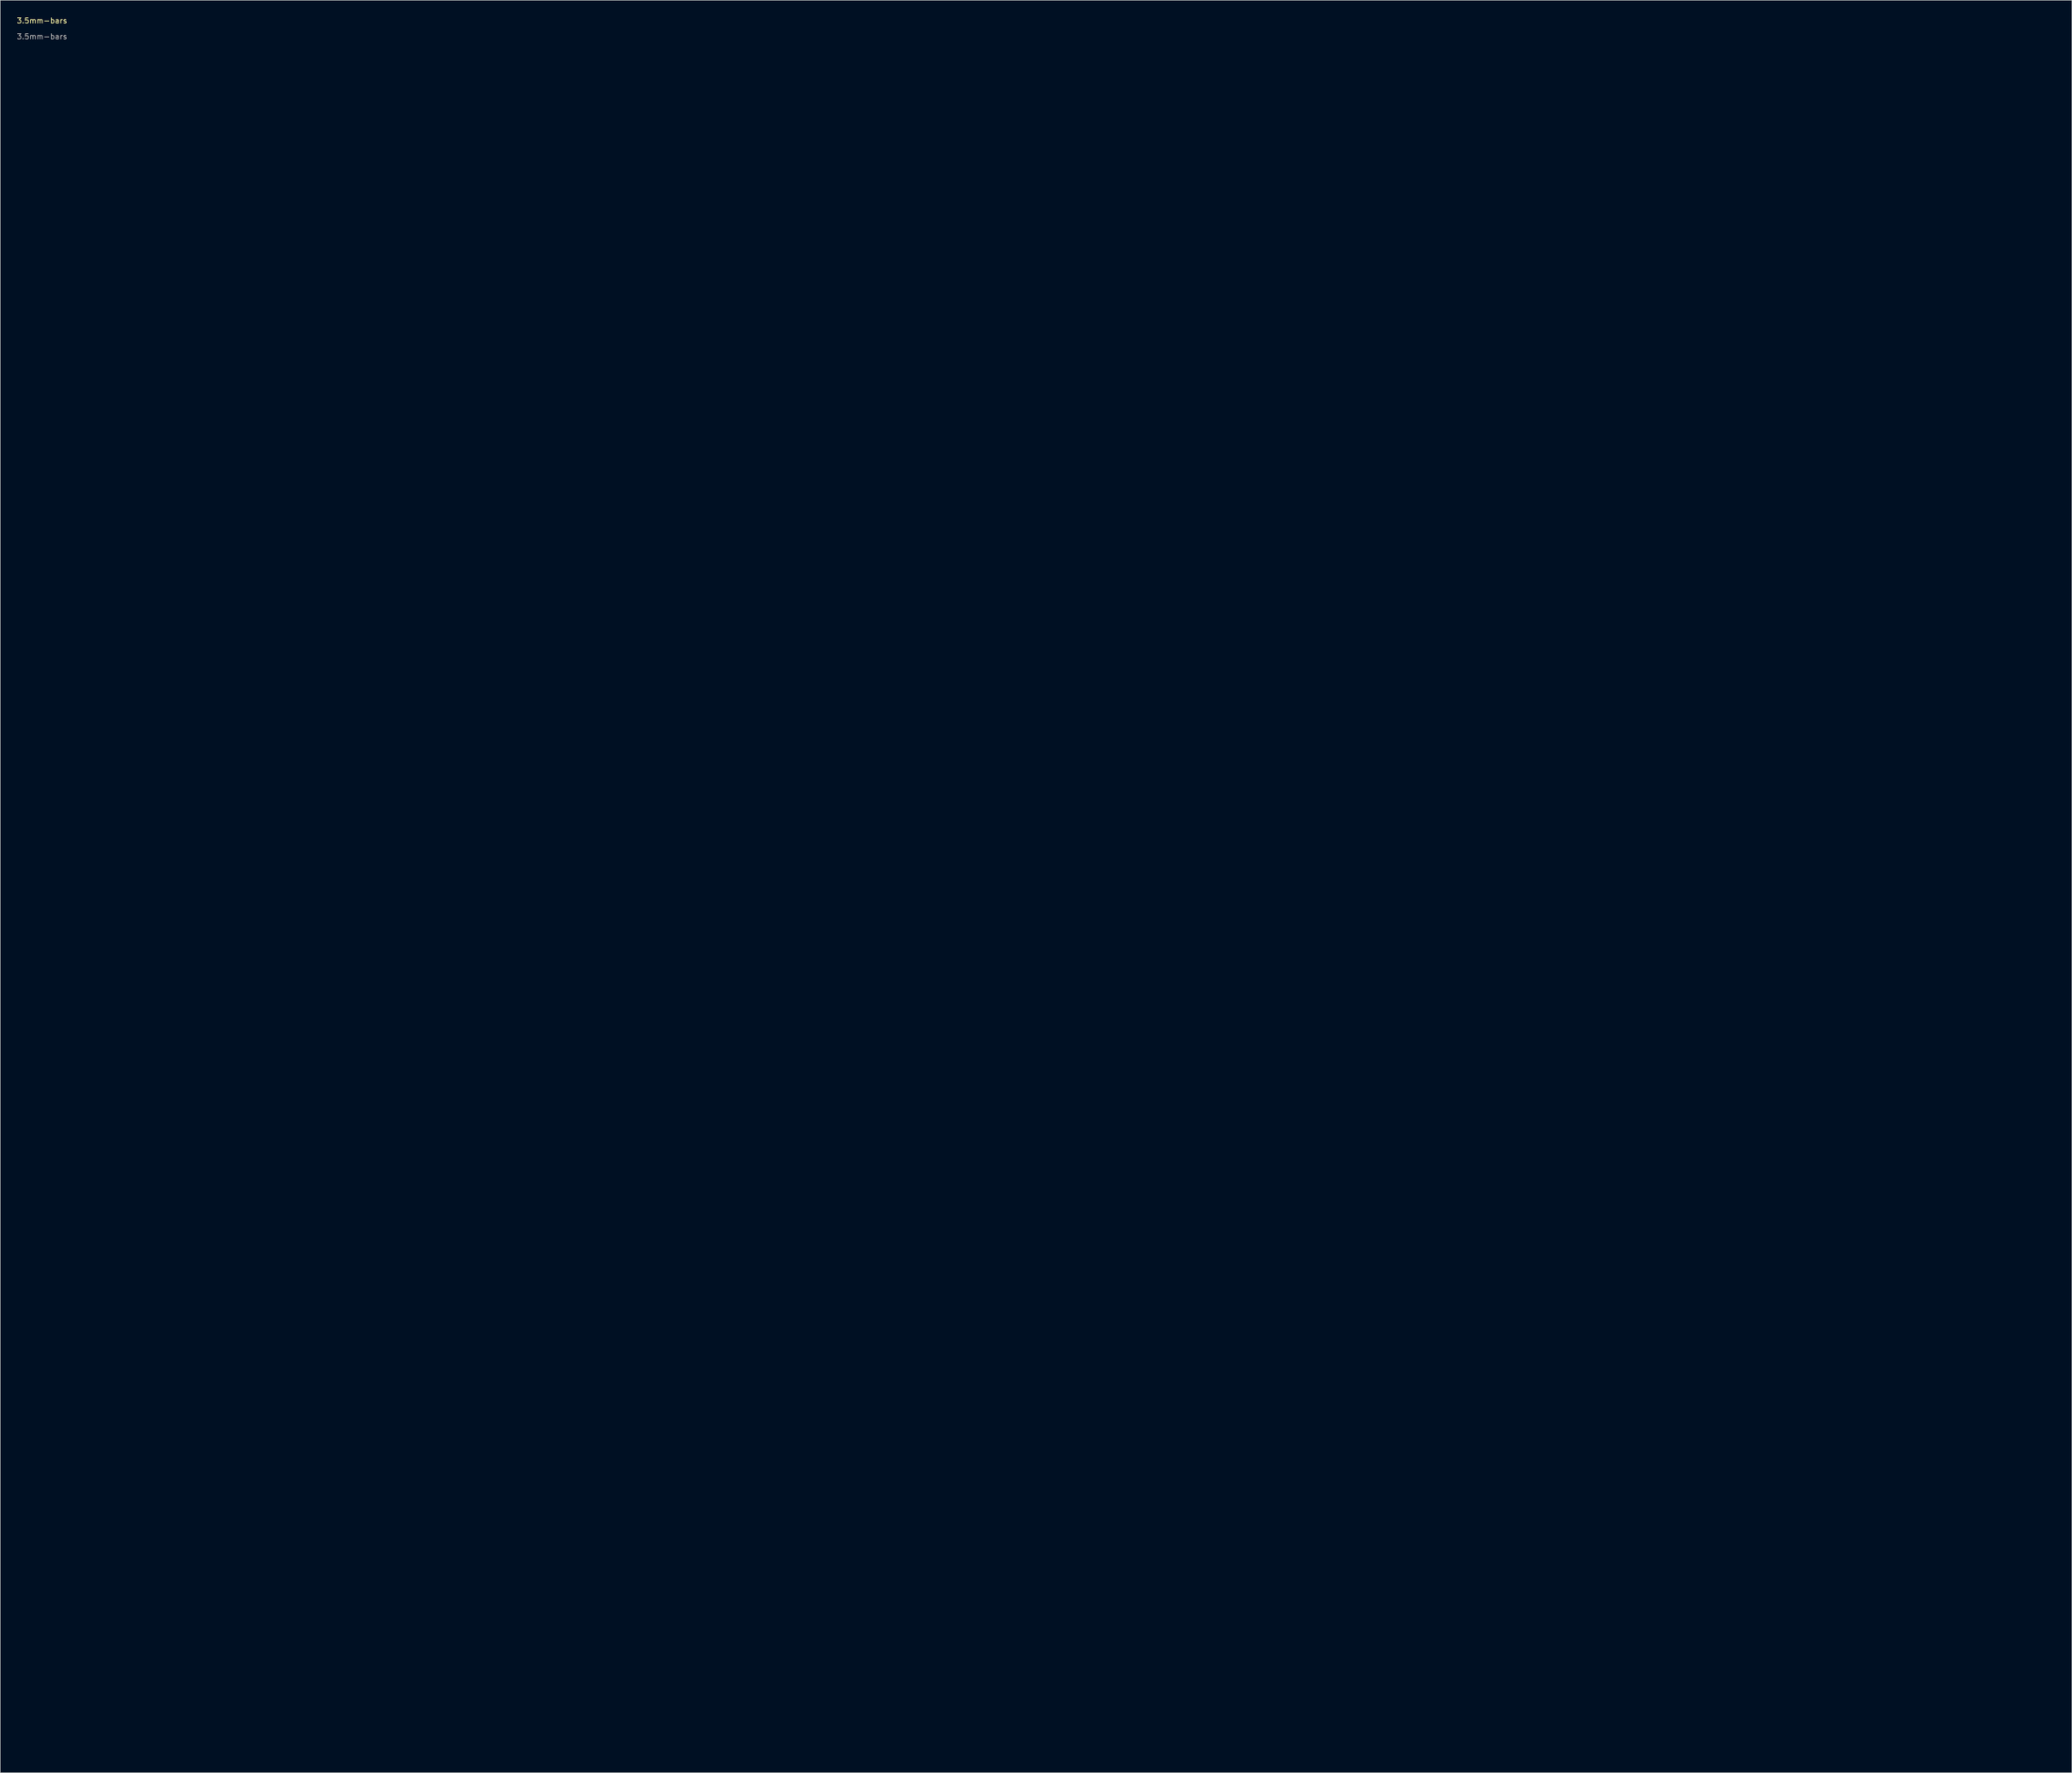
<source format=kicad_pcb>
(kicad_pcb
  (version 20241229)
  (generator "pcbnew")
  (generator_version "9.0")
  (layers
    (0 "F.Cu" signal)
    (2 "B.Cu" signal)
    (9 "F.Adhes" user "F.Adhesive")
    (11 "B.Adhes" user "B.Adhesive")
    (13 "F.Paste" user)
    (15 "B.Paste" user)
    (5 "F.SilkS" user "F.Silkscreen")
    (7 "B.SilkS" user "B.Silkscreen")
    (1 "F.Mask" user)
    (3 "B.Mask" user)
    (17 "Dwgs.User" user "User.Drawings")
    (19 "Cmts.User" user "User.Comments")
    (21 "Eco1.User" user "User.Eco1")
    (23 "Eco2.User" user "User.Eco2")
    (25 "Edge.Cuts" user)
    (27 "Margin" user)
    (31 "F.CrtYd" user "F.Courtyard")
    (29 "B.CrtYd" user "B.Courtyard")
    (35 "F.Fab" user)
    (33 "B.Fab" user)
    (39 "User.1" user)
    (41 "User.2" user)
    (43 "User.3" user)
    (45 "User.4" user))
  (footprint "3.5mm-bars"
    (layer "F.Cu")
    (at 4.887 8.848)
    (property "Reference" "3.5mm-bars" (at 0 -8 0) (unlocked yes) (layer "F.SilkS") (effects (font (size 1 1) (thickness 0.15))))
    (fp_text user "${REFERENCE}" (at 0 -5 0) (unlocked yes) (layer "F.Fab") (effects (font (size 1 1) (thickness 0.15))))
    (zone (net_name "") (layers "F.Cu" "B.Cu") (hatch edge 0.508) (connect_pads) (min_thickness 0.254) (filled_areas_thickness no) (keepout (tracks allowed) (vias allowed) (pads allowed) (copperpour not_allowed) (footprints allowed)) (placement (enabled no)) (fill) (polygon (pts (xy 5.387 328.848) (xy 4.887 328.848) (xy 4.887 8.848) (xy 5.387 8.848))))
    (zone (net_name "") (layers "F.Cu" "B.Cu") (hatch edge 0.508) (connect_pads) (min_thickness 0.254) (filled_areas_thickness no) (keepout (tracks allowed) (vias allowed) (pads allowed) (copperpour not_allowed) (footprints allowed)) (placement (enabled no)) (fill) (polygon (pts (xy 9.387 328.848) (xy 8.887 328.848) (xy 8.887 8.848) (xy 9.387 8.848))))
    (zone (net_name "") (layers "F.Cu" "B.Cu") (hatch edge 0.508) (connect_pads) (min_thickness 0.254) (filled_areas_thickness no) (keepout (tracks allowed) (vias allowed) (pads allowed) (copperpour not_allowed) (footprints allowed)) (placement (enabled no)) (fill) (polygon (pts (xy 13.387 328.848) (xy 12.887 328.848) (xy 12.887 8.848) (xy 13.387 8.848))))
    (zone (net_name "") (layers "F.Cu" "B.Cu") (hatch edge 0.508) (connect_pads) (min_thickness 0.254) (filled_areas_thickness no) (keepout (tracks allowed) (vias allowed) (pads allowed) (copperpour not_allowed) (footprints allowed)) (placement (enabled no)) (fill) (polygon (pts (xy 17.387 328.848) (xy 16.887 328.848) (xy 16.887 8.848) (xy 17.387 8.848))))
    (zone (net_name "") (layers "F.Cu" "B.Cu") (hatch edge 0.508) (connect_pads) (min_thickness 0.254) (filled_areas_thickness no) (keepout (tracks allowed) (vias allowed) (pads allowed) (copperpour not_allowed) (footprints allowed)) (placement (enabled no)) (fill) (polygon (pts (xy 21.387 328.848) (xy 20.887 328.848) (xy 20.887 8.848) (xy 21.387 8.848))))
    (zone (net_name "") (layers "F.Cu" "B.Cu") (hatch edge 0.508) (connect_pads) (min_thickness 0.254) (filled_areas_thickness no) (keepout (tracks allowed) (vias allowed) (pads allowed) (copperpour not_allowed) (footprints allowed)) (placement (enabled no)) (fill) (polygon (pts (xy 25.387 328.848) (xy 24.887 328.848) (xy 24.887 8.848) (xy 25.387 8.848))))
    (zone (net_name "") (layers "F.Cu" "B.Cu") (hatch edge 0.508) (connect_pads) (min_thickness 0.254) (filled_areas_thickness no) (keepout (tracks allowed) (vias allowed) (pads allowed) (copperpour not_allowed) (footprints allowed)) (placement (enabled no)) (fill) (polygon (pts (xy 29.387 328.848) (xy 28.887 328.848) (xy 28.887 8.848) (xy 29.387 8.848))))
    (zone (net_name "") (layers "F.Cu" "B.Cu") (hatch edge 0.508) (connect_pads) (min_thickness 0.254) (filled_areas_thickness no) (keepout (tracks allowed) (vias allowed) (pads allowed) (copperpour not_allowed) (footprints allowed)) (placement (enabled no)) (fill) (polygon (pts (xy 33.387 328.848) (xy 32.887 328.848) (xy 32.887 8.848) (xy 33.387 8.848))))
    (zone (net_name "") (layers "F.Cu" "B.Cu") (hatch edge 0.508) (connect_pads) (min_thickness 0.254) (filled_areas_thickness no) (keepout (tracks allowed) (vias allowed) (pads allowed) (copperpour not_allowed) (footprints allowed)) (placement (enabled no)) (fill) (polygon (pts (xy 37.387 328.848) (xy 36.887 328.848) (xy 36.887 8.848) (xy 37.387 8.848))))
    (zone (net_name "") (layers "F.Cu" "B.Cu") (hatch edge 0.508) (connect_pads) (min_thickness 0.254) (filled_areas_thickness no) (keepout (tracks allowed) (vias allowed) (pads allowed) (copperpour not_allowed) (footprints allowed)) (placement (enabled no)) (fill) (polygon (pts (xy 41.387 328.848) (xy 40.887 328.848) (xy 40.887 8.848) (xy 41.387 8.848))))
    (zone (net_name "") (layers "F.Cu" "B.Cu") (hatch edge 0.508) (connect_pads) (min_thickness 0.254) (filled_areas_thickness no) (keepout (tracks allowed) (vias allowed) (pads allowed) (copperpour not_allowed) (footprints allowed)) (placement (enabled no)) (fill) (polygon (pts (xy 45.387 328.848) (xy 44.887 328.848) (xy 44.887 8.848) (xy 45.387 8.848))))
    (zone (net_name "") (layers "F.Cu" "B.Cu") (hatch edge 0.508) (connect_pads) (min_thickness 0.254) (filled_areas_thickness no) (keepout (tracks allowed) (vias allowed) (pads allowed) (copperpour not_allowed) (footprints allowed)) (placement (enabled no)) (fill) (polygon (pts (xy 49.387 328.848) (xy 48.887 328.848) (xy 48.887 8.848) (xy 49.387 8.848))))
    (zone (net_name "") (layers "F.Cu" "B.Cu") (hatch edge 0.508) (connect_pads) (min_thickness 0.254) (filled_areas_thickness no) (keepout (tracks allowed) (vias allowed) (pads allowed) (copperpour not_allowed) (footprints allowed)) (placement (enabled no)) (fill) (polygon (pts (xy 53.387 328.848) (xy 52.887 328.848) (xy 52.887 8.848) (xy 53.387 8.848))))
    (zone (net_name "") (layers "F.Cu" "B.Cu") (hatch edge 0.508) (connect_pads) (min_thickness 0.254) (filled_areas_thickness no) (keepout (tracks allowed) (vias allowed) (pads allowed) (copperpour not_allowed) (footprints allowed)) (placement (enabled no)) (fill) (polygon (pts (xy 57.387 328.848) (xy 56.887 328.848) (xy 56.887 8.848) (xy 57.387 8.848))))
    (zone (net_name "") (layers "F.Cu" "B.Cu") (hatch edge 0.508) (connect_pads) (min_thickness 0.254) (filled_areas_thickness no) (keepout (tracks allowed) (vias allowed) (pads allowed) (copperpour not_allowed) (footprints allowed)) (placement (enabled no)) (fill) (polygon (pts (xy 61.387 328.848) (xy 60.887 328.848) (xy 60.887 8.848) (xy 61.387 8.848))))
    (zone (net_name "") (layers "F.Cu" "B.Cu") (hatch edge 0.508) (connect_pads) (min_thickness 0.254) (filled_areas_thickness no) (keepout (tracks allowed) (vias allowed) (pads allowed) (copperpour not_allowed) (footprints allowed)) (placement (enabled no)) (fill) (polygon (pts (xy 65.387 328.848) (xy 64.887 328.848) (xy 64.887 8.848) (xy 65.387 8.848))))
    (zone (net_name "") (layers "F.Cu" "B.Cu") (hatch edge 0.508) (connect_pads) (min_thickness 0.254) (filled_areas_thickness no) (keepout (tracks allowed) (vias allowed) (pads allowed) (copperpour not_allowed) (footprints allowed)) (placement (enabled no)) (fill) (polygon (pts (xy 69.387 328.848) (xy 68.887 328.848) (xy 68.887 8.848) (xy 69.387 8.848))))
    (zone (net_name "") (layers "F.Cu" "B.Cu") (hatch edge 0.508) (connect_pads) (min_thickness 0.254) (filled_areas_thickness no) (keepout (tracks allowed) (vias allowed) (pads allowed) (copperpour not_allowed) (footprints allowed)) (placement (enabled no)) (fill) (polygon (pts (xy 73.387 328.848) (xy 72.887 328.848) (xy 72.887 8.848) (xy 73.387 8.848))))
    (zone (net_name "") (layers "F.Cu" "B.Cu") (hatch edge 0.508) (connect_pads) (min_thickness 0.254) (filled_areas_thickness no) (keepout (tracks allowed) (vias allowed) (pads allowed) (copperpour not_allowed) (footprints allowed)) (placement (enabled no)) (fill) (polygon (pts (xy 77.387 328.848) (xy 76.887 328.848) (xy 76.887 8.848) (xy 77.387 8.848))))
    (zone (net_name "") (layers "F.Cu" "B.Cu") (hatch edge 0.508) (connect_pads) (min_thickness 0.254) (filled_areas_thickness no) (keepout (tracks allowed) (vias allowed) (pads allowed) (copperpour not_allowed) (footprints allowed)) (placement (enabled no)) (fill) (polygon (pts (xy 81.387 328.848) (xy 80.887 328.848) (xy 80.887 8.848) (xy 81.387 8.848))))
    (zone (net_name "") (layers "F.Cu" "B.Cu") (hatch edge 0.508) (connect_pads) (min_thickness 0.254) (filled_areas_thickness no) (keepout (tracks allowed) (vias allowed) (pads allowed) (copperpour not_allowed) (footprints allowed)) (placement (enabled no)) (fill) (polygon (pts (xy 85.387 328.848) (xy 84.887 328.848) (xy 84.887 8.848) (xy 85.387 8.848))))
    (zone (net_name "") (layers "F.Cu" "B.Cu") (hatch edge 0.508) (connect_pads) (min_thickness 0.254) (filled_areas_thickness no) (keepout (tracks allowed) (vias allowed) (pads allowed) (copperpour not_allowed) (footprints allowed)) (placement (enabled no)) (fill) (polygon (pts (xy 89.387 328.848) (xy 88.887 328.848) (xy 88.887 8.848) (xy 89.387 8.848))))
    (zone (net_name "") (layers "F.Cu" "B.Cu") (hatch edge 0.508) (connect_pads) (min_thickness 0.254) (filled_areas_thickness no) (keepout (tracks allowed) (vias allowed) (pads allowed) (copperpour not_allowed) (footprints allowed)) (placement (enabled no)) (fill) (polygon (pts (xy 93.387 328.848) (xy 92.887 328.848) (xy 92.887 8.848) (xy 93.387 8.848))))
    (zone (net_name "") (layers "F.Cu" "B.Cu") (hatch edge 0.508) (connect_pads) (min_thickness 0.254) (filled_areas_thickness no) (keepout (tracks allowed) (vias allowed) (pads allowed) (copperpour not_allowed) (footprints allowed)) (placement (enabled no)) (fill) (polygon (pts (xy 97.387 328.848) (xy 96.887 328.848) (xy 96.887 8.848) (xy 97.387 8.848))))
    (zone (net_name "") (layers "F.Cu" "B.Cu") (hatch edge 0.508) (connect_pads) (min_thickness 0.254) (filled_areas_thickness no) (keepout (tracks allowed) (vias allowed) (pads allowed) (copperpour not_allowed) (footprints allowed)) (placement (enabled no)) (fill) (polygon (pts (xy 101.387 328.848) (xy 100.887 328.848) (xy 100.887 8.848) (xy 101.387 8.848))))
    (zone (net_name "") (layers "F.Cu" "B.Cu") (hatch edge 0.508) (connect_pads) (min_thickness 0.254) (filled_areas_thickness no) (keepout (tracks allowed) (vias allowed) (pads allowed) (copperpour not_allowed) (footprints allowed)) (placement (enabled no)) (fill) (polygon (pts (xy 105.387 328.848) (xy 104.887 328.848) (xy 104.887 8.848) (xy 105.387 8.848))))
    (zone (net_name "") (layers "F.Cu" "B.Cu") (hatch edge 0.508) (connect_pads) (min_thickness 0.254) (filled_areas_thickness no) (keepout (tracks allowed) (vias allowed) (pads allowed) (copperpour not_allowed) (footprints allowed)) (placement (enabled no)) (fill) (polygon (pts (xy 109.387 328.848) (xy 108.887 328.848) (xy 108.887 8.848) (xy 109.387 8.848))))
    (zone (net_name "") (layers "F.Cu" "B.Cu") (hatch edge 0.508) (connect_pads) (min_thickness 0.254) (filled_areas_thickness no) (keepout (tracks allowed) (vias allowed) (pads allowed) (copperpour not_allowed) (footprints allowed)) (placement (enabled no)) (fill) (polygon (pts (xy 113.387 328.848) (xy 112.887 328.848) (xy 112.887 8.848) (xy 113.387 8.848))))
    (zone (net_name "") (layers "F.Cu" "B.Cu") (hatch edge 0.508) (connect_pads) (min_thickness 0.254) (filled_areas_thickness no) (keepout (tracks allowed) (vias allowed) (pads allowed) (copperpour not_allowed) (footprints allowed)) (placement (enabled no)) (fill) (polygon (pts (xy 117.387 328.848) (xy 116.887 328.848) (xy 116.887 8.848) (xy 117.387 8.848))))
    (zone (net_name "") (layers "F.Cu" "B.Cu") (hatch edge 0.508) (connect_pads) (min_thickness 0.254) (filled_areas_thickness no) (keepout (tracks allowed) (vias allowed) (pads allowed) (copperpour not_allowed) (footprints allowed)) (placement (enabled no)) (fill) (polygon (pts (xy 121.387 328.848) (xy 120.887 328.848) (xy 120.887 8.848) (xy 121.387 8.848))))
    (zone (net_name "") (layers "F.Cu" "B.Cu") (hatch edge 0.508) (connect_pads) (min_thickness 0.254) (filled_areas_thickness no) (keepout (tracks allowed) (vias allowed) (pads allowed) (copperpour not_allowed) (footprints allowed)) (placement (enabled no)) (fill) (polygon (pts (xy 125.387 328.848) (xy 124.887 328.848) (xy 124.887 8.848) (xy 125.387 8.848))))
    (zone (net_name "") (layers "F.Cu" "B.Cu") (hatch edge 0.508) (connect_pads) (min_thickness 0.254) (filled_areas_thickness no) (keepout (tracks allowed) (vias allowed) (pads allowed) (copperpour not_allowed) (footprints allowed)) (placement (enabled no)) (fill) (polygon (pts (xy 129.387 328.848) (xy 128.887 328.848) (xy 128.887 8.848) (xy 129.387 8.848))))
    (zone (net_name "") (layers "F.Cu" "B.Cu") (hatch edge 0.508) (connect_pads) (min_thickness 0.254) (filled_areas_thickness no) (keepout (tracks allowed) (vias allowed) (pads allowed) (copperpour not_allowed) (footprints allowed)) (placement (enabled no)) (fill) (polygon (pts (xy 133.387 328.848) (xy 132.887 328.848) (xy 132.887 8.848) (xy 133.387 8.848))))
    (zone (net_name "") (layers "F.Cu" "B.Cu") (hatch edge 0.508) (connect_pads) (min_thickness 0.254) (filled_areas_thickness no) (keepout (tracks allowed) (vias allowed) (pads allowed) (copperpour not_allowed) (footprints allowed)) (placement (enabled no)) (fill) (polygon (pts (xy 137.387 328.848) (xy 136.887 328.848) (xy 136.887 8.848) (xy 137.387 8.848))))
    (zone (net_name "") (layers "F.Cu" "B.Cu") (hatch edge 0.508) (connect_pads) (min_thickness 0.254) (filled_areas_thickness no) (keepout (tracks allowed) (vias allowed) (pads allowed) (copperpour not_allowed) (footprints allowed)) (placement (enabled no)) (fill) (polygon (pts (xy 141.387 328.848) (xy 140.887 328.848) (xy 140.887 8.848) (xy 141.387 8.848))))
    (zone (net_name "") (layers "F.Cu" "B.Cu") (hatch edge 0.508) (connect_pads) (min_thickness 0.254) (filled_areas_thickness no) (keepout (tracks allowed) (vias allowed) (pads allowed) (copperpour not_allowed) (footprints allowed)) (placement (enabled no)) (fill) (polygon (pts (xy 145.387 328.848) (xy 144.887 328.848) (xy 144.887 8.848) (xy 145.387 8.848))))
    (zone (net_name "") (layers "F.Cu" "B.Cu") (hatch edge 0.508) (connect_pads) (min_thickness 0.254) (filled_areas_thickness no) (keepout (tracks allowed) (vias allowed) (pads allowed) (copperpour not_allowed) (footprints allowed)) (placement (enabled no)) (fill) (polygon (pts (xy 149.387 328.848) (xy 148.887 328.848) (xy 148.887 8.848) (xy 149.387 8.848))))
    (zone (net_name "") (layers "F.Cu" "B.Cu") (hatch edge 0.508) (connect_pads) (min_thickness 0.254) (filled_areas_thickness no) (keepout (tracks allowed) (vias allowed) (pads allowed) (copperpour not_allowed) (footprints allowed)) (placement (enabled no)) (fill) (polygon (pts (xy 153.387 328.848) (xy 152.887 328.848) (xy 152.887 8.848) (xy 153.387 8.848))))
    (zone (net_name "") (layers "F.Cu" "B.Cu") (hatch edge 0.508) (connect_pads) (min_thickness 0.254) (filled_areas_thickness no) (keepout (tracks allowed) (vias allowed) (pads allowed) (copperpour not_allowed) (footprints allowed)) (placement (enabled no)) (fill) (polygon (pts (xy 157.387 328.848) (xy 156.887 328.848) (xy 156.887 8.848) (xy 157.387 8.848))))
    (zone (net_name "") (layers "F.Cu" "B.Cu") (hatch edge 0.508) (connect_pads) (min_thickness 0.254) (filled_areas_thickness no) (keepout (tracks allowed) (vias allowed) (pads allowed) (copperpour not_allowed) (footprints allowed)) (placement (enabled no)) (fill) (polygon (pts (xy 161.387 328.848) (xy 160.887 328.848) (xy 160.887 8.848) (xy 161.387 8.848))))
    (zone (net_name "") (layers "F.Cu" "B.Cu") (hatch edge 0.508) (connect_pads) (min_thickness 0.254) (filled_areas_thickness no) (keepout (tracks allowed) (vias allowed) (pads allowed) (copperpour not_allowed) (footprints allowed)) (placement (enabled no)) (fill) (polygon (pts (xy 165.387 328.848) (xy 164.887 328.848) (xy 164.887 8.848) (xy 165.387 8.848))))
    (zone (net_name "") (layers "F.Cu" "B.Cu") (hatch edge 0.508) (connect_pads) (min_thickness 0.254) (filled_areas_thickness no) (keepout (tracks allowed) (vias allowed) (pads allowed) (copperpour not_allowed) (footprints allowed)) (placement (enabled no)) (fill) (polygon (pts (xy 169.387 328.848) (xy 168.887 328.848) (xy 168.887 8.848) (xy 169.387 8.848))))
    (zone (net_name "") (layers "F.Cu" "B.Cu") (hatch edge 0.508) (connect_pads) (min_thickness 0.254) (filled_areas_thickness no) (keepout (tracks allowed) (vias allowed) (pads allowed) (copperpour not_allowed) (footprints allowed)) (placement (enabled no)) (fill) (polygon (pts (xy 173.387 328.848) (xy 172.887 328.848) (xy 172.887 8.848) (xy 173.387 8.848))))
    (zone (net_name "") (layers "F.Cu" "B.Cu") (hatch edge 0.508) (connect_pads) (min_thickness 0.254) (filled_areas_thickness no) (keepout (tracks allowed) (vias allowed) (pads allowed) (copperpour not_allowed) (footprints allowed)) (placement (enabled no)) (fill) (polygon (pts (xy 177.387 328.848) (xy 176.887 328.848) (xy 176.887 8.848) (xy 177.387 8.848))))
    (zone (net_name "") (layers "F.Cu" "B.Cu") (hatch edge 0.508) (connect_pads) (min_thickness 0.254) (filled_areas_thickness no) (keepout (tracks allowed) (vias allowed) (pads allowed) (copperpour not_allowed) (footprints allowed)) (placement (enabled no)) (fill) (polygon (pts (xy 181.387 328.848) (xy 180.887 328.848) (xy 180.887 8.848) (xy 181.387 8.848))))
    (zone (net_name "") (layers "F.Cu" "B.Cu") (hatch edge 0.508) (connect_pads) (min_thickness 0.254) (filled_areas_thickness no) (keepout (tracks allowed) (vias allowed) (pads allowed) (copperpour not_allowed) (footprints allowed)) (placement (enabled no)) (fill) (polygon (pts (xy 185.387 328.848) (xy 184.887 328.848) (xy 184.887 8.848) (xy 185.387 8.848))))
    (zone (net_name "") (layers "F.Cu" "B.Cu") (hatch edge 0.508) (connect_pads) (min_thickness 0.254) (filled_areas_thickness no) (keepout (tracks allowed) (vias allowed) (pads allowed) (copperpour not_allowed) (footprints allowed)) (placement (enabled no)) (fill) (polygon (pts (xy 189.387 328.848) (xy 188.887 328.848) (xy 188.887 8.848) (xy 189.387 8.848))))
    (zone (net_name "") (layers "F.Cu" "B.Cu") (hatch edge 0.508) (connect_pads) (min_thickness 0.254) (filled_areas_thickness no) (keepout (tracks allowed) (vias allowed) (pads allowed) (copperpour not_allowed) (footprints allowed)) (placement (enabled no)) (fill) (polygon (pts (xy 193.387 328.848) (xy 192.887 328.848) (xy 192.887 8.848) (xy 193.387 8.848))))
    (zone (net_name "") (layers "F.Cu" "B.Cu") (hatch edge 0.508) (connect_pads) (min_thickness 0.254) (filled_areas_thickness no) (keepout (tracks allowed) (vias allowed) (pads allowed) (copperpour not_allowed) (footprints allowed)) (placement (enabled no)) (fill) (polygon (pts (xy 197.387 328.848) (xy 196.887 328.848) (xy 196.887 8.848) (xy 197.387 8.848))))
    (zone (net_name "") (layers "F.Cu" "B.Cu") (hatch edge 0.508) (connect_pads) (min_thickness 0.254) (filled_areas_thickness no) (keepout (tracks allowed) (vias allowed) (pads allowed) (copperpour not_allowed) (footprints allowed)) (placement (enabled no)) (fill) (polygon (pts (xy 201.387 328.848) (xy 200.887 328.848) (xy 200.887 8.848) (xy 201.387 8.848))))
    (zone (net_name "") (layers "F.Cu" "B.Cu") (hatch edge 0.508) (connect_pads) (min_thickness 0.254) (filled_areas_thickness no) (keepout (tracks allowed) (vias allowed) (pads allowed) (copperpour not_allowed) (footprints allowed)) (placement (enabled no)) (fill) (polygon (pts (xy 205.387 328.848) (xy 204.887 328.848) (xy 204.887 8.848) (xy 205.387 8.848))))
    (zone (net_name "") (layers "F.Cu" "B.Cu") (hatch edge 0.508) (connect_pads) (min_thickness 0.254) (filled_areas_thickness no) (keepout (tracks allowed) (vias allowed) (pads allowed) (copperpour not_allowed) (footprints allowed)) (placement (enabled no)) (fill) (polygon (pts (xy 209.387 328.848) (xy 208.887 328.848) (xy 208.887 8.848) (xy 209.387 8.848))))
    (zone (net_name "") (layers "F.Cu" "B.Cu") (hatch edge 0.508) (connect_pads) (min_thickness 0.254) (filled_areas_thickness no) (keepout (tracks allowed) (vias allowed) (pads allowed) (copperpour not_allowed) (footprints allowed)) (placement (enabled no)) (fill) (polygon (pts (xy 213.387 328.848) (xy 212.887 328.848) (xy 212.887 8.848) (xy 213.387 8.848))))
    (zone (net_name "") (layers "F.Cu" "B.Cu") (hatch edge 0.508) (connect_pads) (min_thickness 0.254) (filled_areas_thickness no) (keepout (tracks allowed) (vias allowed) (pads allowed) (copperpour not_allowed) (footprints allowed)) (placement (enabled no)) (fill) (polygon (pts (xy 217.387 328.848) (xy 216.887 328.848) (xy 216.887 8.848) (xy 217.387 8.848))))
    (zone (net_name "") (layers "F.Cu" "B.Cu") (hatch edge 0.508) (connect_pads) (min_thickness 0.254) (filled_areas_thickness no) (keepout (tracks allowed) (vias allowed) (pads allowed) (copperpour not_allowed) (footprints allowed)) (placement (enabled no)) (fill) (polygon (pts (xy 221.387 328.848) (xy 220.887 328.848) (xy 220.887 8.848) (xy 221.387 8.848))))
    (zone (net_name "") (layers "F.Cu" "B.Cu") (hatch edge 0.508) (connect_pads) (min_thickness 0.254) (filled_areas_thickness no) (keepout (tracks allowed) (vias allowed) (pads allowed) (copperpour not_allowed) (footprints allowed)) (placement (enabled no)) (fill) (polygon (pts (xy 225.387 328.848) (xy 224.887 328.848) (xy 224.887 8.848) (xy 225.387 8.848))))
    (zone (net_name "") (layers "F.Cu" "B.Cu") (hatch edge 0.508) (connect_pads) (min_thickness 0.254) (filled_areas_thickness no) (keepout (tracks allowed) (vias allowed) (pads allowed) (copperpour not_allowed) (footprints allowed)) (placement (enabled no)) (fill) (polygon (pts (xy 229.387 328.848) (xy 228.887 328.848) (xy 228.887 8.848) (xy 229.387 8.848))))
    (zone (net_name "") (layers "F.Cu" "B.Cu") (hatch edge 0.508) (connect_pads) (min_thickness 0.254) (filled_areas_thickness no) (keepout (tracks allowed) (vias allowed) (pads allowed) (copperpour not_allowed) (footprints allowed)) (placement (enabled no)) (fill) (polygon (pts (xy 233.387 328.848) (xy 232.887 328.848) (xy 232.887 8.848) (xy 233.387 8.848))))
    (zone (net_name "") (layers "F.Cu" "B.Cu") (hatch edge 0.508) (connect_pads) (min_thickness 0.254) (filled_areas_thickness no) (keepout (tracks allowed) (vias allowed) (pads allowed) (copperpour not_allowed) (footprints allowed)) (placement (enabled no)) (fill) (polygon (pts (xy 237.387 328.848) (xy 236.887 328.848) (xy 236.887 8.848) (xy 237.387 8.848))))
    (zone (net_name "") (layers "F.Cu" "B.Cu") (hatch edge 0.508) (connect_pads) (min_thickness 0.254) (filled_areas_thickness no) (keepout (tracks allowed) (vias allowed) (pads allowed) (copperpour not_allowed) (footprints allowed)) (placement (enabled no)) (fill) (polygon (pts (xy 241.387 328.848) (xy 240.887 328.848) (xy 240.887 8.848) (xy 241.387 8.848))))
    (zone (net_name "") (layers "F.Cu" "B.Cu") (hatch edge 0.508) (connect_pads) (min_thickness 0.254) (filled_areas_thickness no) (keepout (tracks allowed) (vias allowed) (pads allowed) (copperpour not_allowed) (footprints allowed)) (placement (enabled no)) (fill) (polygon (pts (xy 245.387 328.848) (xy 244.887 328.848) (xy 244.887 8.848) (xy 245.387 8.848))))
    (zone (net_name "") (layers "F.Cu" "B.Cu") (hatch edge 0.508) (connect_pads) (min_thickness 0.254) (filled_areas_thickness no) (keepout (tracks allowed) (vias allowed) (pads allowed) (copperpour not_allowed) (footprints allowed)) (placement (enabled no)) (fill) (polygon (pts (xy 249.387 328.848) (xy 248.887 328.848) (xy 248.887 8.848) (xy 249.387 8.848))))
    (zone (net_name "") (layers "F.Cu" "B.Cu") (hatch edge 0.508) (connect_pads) (min_thickness 0.254) (filled_areas_thickness no) (keepout (tracks allowed) (vias allowed) (pads allowed) (copperpour not_allowed) (footprints allowed)) (placement (enabled no)) (fill) (polygon (pts (xy 253.387 328.848) (xy 252.887 328.848) (xy 252.887 8.848) (xy 253.387 8.848))))
    (zone (net_name "") (layers "F.Cu" "B.Cu") (hatch edge 0.508) (connect_pads) (min_thickness 0.254) (filled_areas_thickness no) (keepout (tracks allowed) (vias allowed) (pads allowed) (copperpour not_allowed) (footprints allowed)) (placement (enabled no)) (fill) (polygon (pts (xy 257.387 328.848) (xy 256.887 328.848) (xy 256.887 8.848) (xy 257.387 8.848))))
    (zone (net_name "") (layers "F.Cu" "B.Cu") (hatch edge 0.508) (connect_pads) (min_thickness 0.254) (filled_areas_thickness no) (keepout (tracks allowed) (vias allowed) (pads allowed) (copperpour not_allowed) (footprints allowed)) (placement (enabled no)) (fill) (polygon (pts (xy 261.387 328.848) (xy 260.887 328.848) (xy 260.887 8.848) (xy 261.387 8.848))))
    (zone (net_name "") (layers "F.Cu" "B.Cu") (hatch edge 0.508) (connect_pads) (min_thickness 0.254) (filled_areas_thickness no) (keepout (tracks allowed) (vias allowed) (pads allowed) (copperpour not_allowed) (footprints allowed)) (placement (enabled no)) (fill) (polygon (pts (xy 265.387 328.848) (xy 264.887 328.848) (xy 264.887 8.848) (xy 265.387 8.848))))
    (zone (net_name "") (layers "F.Cu" "B.Cu") (hatch edge 0.508) (connect_pads) (min_thickness 0.254) (filled_areas_thickness no) (keepout (tracks allowed) (vias allowed) (pads allowed) (copperpour not_allowed) (footprints allowed)) (placement (enabled no)) (fill) (polygon (pts (xy 269.387 328.848) (xy 268.887 328.848) (xy 268.887 8.848) (xy 269.387 8.848))))
    (zone (net_name "") (layers "F.Cu" "B.Cu") (hatch edge 0.508) (connect_pads) (min_thickness 0.254) (filled_areas_thickness no) (keepout (tracks allowed) (vias allowed) (pads allowed) (copperpour not_allowed) (footprints allowed)) (placement (enabled no)) (fill) (polygon (pts (xy 273.387 328.848) (xy 272.887 328.848) (xy 272.887 8.848) (xy 273.387 8.848))))
    (zone (net_name "") (layers "F.Cu" "B.Cu") (hatch edge 0.508) (connect_pads) (min_thickness 0.254) (filled_areas_thickness no) (keepout (tracks allowed) (vias allowed) (pads allowed) (copperpour not_allowed) (footprints allowed)) (placement (enabled no)) (fill) (polygon (pts (xy 277.387 328.848) (xy 276.887 328.848) (xy 276.887 8.848) (xy 277.387 8.848))))
    (zone (net_name "") (layers "F.Cu" "B.Cu") (hatch edge 0.508) (connect_pads) (min_thickness 0.254) (filled_areas_thickness no) (keepout (tracks allowed) (vias allowed) (pads allowed) (copperpour not_allowed) (footprints allowed)) (placement (enabled no)) (fill) (polygon (pts (xy 281.387 328.848) (xy 280.887 328.848) (xy 280.887 8.848) (xy 281.387 8.848))))
    (zone (net_name "") (layers "F.Cu" "B.Cu") (hatch edge 0.508) (connect_pads) (min_thickness 0.254) (filled_areas_thickness no) (keepout (tracks allowed) (vias allowed) (pads allowed) (copperpour not_allowed) (footprints allowed)) (placement (enabled no)) (fill) (polygon (pts (xy 285.387 328.848) (xy 284.887 328.848) (xy 284.887 8.848) (xy 285.387 8.848))))
    (zone (net_name "") (layers "F.Cu" "B.Cu") (hatch edge 0.508) (connect_pads) (min_thickness 0.254) (filled_areas_thickness no) (keepout (tracks allowed) (vias allowed) (pads allowed) (copperpour not_allowed) (footprints allowed)) (placement (enabled no)) (fill) (polygon (pts (xy 289.387 328.848) (xy 288.887 328.848) (xy 288.887 8.848) (xy 289.387 8.848))))
    (zone (net_name "") (layers "F.Cu" "B.Cu") (hatch edge 0.508) (connect_pads) (min_thickness 0.254) (filled_areas_thickness no) (keepout (tracks allowed) (vias allowed) (pads allowed) (copperpour not_allowed) (footprints allowed)) (placement (enabled no)) (fill) (polygon (pts (xy 293.387 328.848) (xy 292.887 328.848) (xy 292.887 8.848) (xy 293.387 8.848))))
    (zone (net_name "") (layers "F.Cu" "B.Cu") (hatch edge 0.508) (connect_pads) (min_thickness 0.254) (filled_areas_thickness no) (keepout (tracks allowed) (vias allowed) (pads allowed) (copperpour not_allowed) (footprints allowed)) (placement (enabled no)) (fill) (polygon (pts (xy 297.387 328.848) (xy 296.887 328.848) (xy 296.887 8.848) (xy 297.387 8.848))))
    (zone (net_name "") (layers "F.Cu" "B.Cu") (hatch edge 0.508) (connect_pads) (min_thickness 0.254) (filled_areas_thickness no) (keepout (tracks allowed) (vias allowed) (pads allowed) (copperpour not_allowed) (footprints allowed)) (placement (enabled no)) (fill) (polygon (pts (xy 301.387 328.848) (xy 300.887 328.848) (xy 300.887 8.848) (xy 301.387 8.848))))
    (zone (net_name "") (layers "F.Cu" "B.Cu") (hatch edge 0.508) (connect_pads) (min_thickness 0.254) (filled_areas_thickness no) (keepout (tracks allowed) (vias allowed) (pads allowed) (copperpour not_allowed) (footprints allowed)) (placement (enabled no)) (fill) (polygon (pts (xy 305.387 328.848) (xy 304.887 328.848) (xy 304.887 8.848) (xy 305.387 8.848))))
    (zone (net_name "") (layers "F.Cu" "B.Cu") (hatch edge 0.508) (connect_pads) (min_thickness 0.254) (filled_areas_thickness no) (keepout (tracks allowed) (vias allowed) (pads allowed) (copperpour not_allowed) (footprints allowed)) (placement (enabled no)) (fill) (polygon (pts (xy 309.387 328.848) (xy 308.887 328.848) (xy 308.887 8.848) (xy 309.387 8.848))))
    (zone (net_name "") (layers "F.Cu" "B.Cu") (hatch edge 0.508) (connect_pads) (min_thickness 0.254) (filled_areas_thickness no) (keepout (tracks allowed) (vias allowed) (pads allowed) (copperpour not_allowed) (footprints allowed)) (placement (enabled no)) (fill) (polygon (pts (xy 313.387 328.848) (xy 312.887 328.848) (xy 312.887 8.848) (xy 313.387 8.848))))
    (zone (net_name "") (layers "F.Cu" "B.Cu") (hatch edge 0.508) (connect_pads) (min_thickness 0.254) (filled_areas_thickness no) (keepout (tracks allowed) (vias allowed) (pads allowed) (copperpour not_allowed) (footprints allowed)) (placement (enabled no)) (fill) (polygon (pts (xy 317.387 328.848) (xy 316.887 328.848) (xy 316.887 8.848) (xy 317.387 8.848))))
    (zone (net_name "") (layers "F.Cu" "B.Cu") (hatch edge 0.508) (connect_pads) (min_thickness 0.254) (filled_areas_thickness no) (keepout (tracks allowed) (vias allowed) (pads allowed) (copperpour not_allowed) (footprints allowed)) (placement (enabled no)) (fill) (polygon (pts (xy 321.387 328.848) (xy 320.887 328.848) (xy 320.887 8.848) (xy 321.387 8.848))))
    (zone (net_name "") (layers "F.Cu" "B.Cu") (hatch edge 0.508) (connect_pads) (min_thickness 0.254) (filled_areas_thickness no) (keepout (tracks allowed) (vias allowed) (pads allowed) (copperpour not_allowed) (footprints allowed)) (placement (enabled no)) (fill) (polygon (pts (xy 325.387 328.848) (xy 324.887 328.848) (xy 324.887 8.848) (xy 325.387 8.848))))
    (zone (net_name "") (layers "F.Cu" "B.Cu") (hatch edge 0.508) (connect_pads) (min_thickness 0.254) (filled_areas_thickness no) (keepout (tracks allowed) (vias allowed) (pads allowed) (copperpour not_allowed) (footprints allowed)) (placement (enabled no)) (fill) (polygon (pts (xy 329.387 328.848) (xy 328.887 328.848) (xy 328.887 8.848) (xy 329.387 8.848))))
    (zone (net_name "") (layers "F.Cu" "B.Cu") (hatch edge 0.508) (connect_pads) (min_thickness 0.254) (filled_areas_thickness no) (keepout (tracks allowed) (vias allowed) (pads allowed) (copperpour not_allowed) (footprints allowed)) (placement (enabled no)) (fill) (polygon (pts (xy 333.387 328.848) (xy 332.887 328.848) (xy 332.887 8.848) (xy 333.387 8.848))))
    (zone (net_name "") (layers "F.Cu" "B.Cu") (hatch edge 0.508) (connect_pads) (min_thickness 0.254) (filled_areas_thickness no) (keepout (tracks allowed) (vias allowed) (pads allowed) (copperpour not_allowed) (footprints allowed)) (placement (enabled no)) (fill) (polygon (pts (xy 337.387 328.848) (xy 336.887 328.848) (xy 336.887 8.848) (xy 337.387 8.848))))
    (zone (net_name "") (layers "F.Cu" "B.Cu") (hatch edge 0.508) (connect_pads) (min_thickness 0.254) (filled_areas_thickness no) (keepout (tracks allowed) (vias allowed) (pads allowed) (copperpour not_allowed) (footprints allowed)) (placement (enabled no)) (fill) (polygon (pts (xy 341.387 328.848) (xy 340.887 328.848) (xy 340.887 8.848) (xy 341.387 8.848))))
    (zone (net_name "") (layers "F.Cu" "B.Cu") (hatch edge 0.508) (connect_pads) (min_thickness 0.254) (filled_areas_thickness no) (keepout (tracks allowed) (vias allowed) (pads allowed) (copperpour not_allowed) (footprints allowed)) (placement (enabled no)) (fill) (polygon (pts (xy 345.387 328.848) (xy 344.887 328.848) (xy 344.887 8.848) (xy 345.387 8.848))))
    (zone (net_name "") (layers "F.Cu" "B.Cu") (hatch edge 0.508) (connect_pads) (min_thickness 0.254) (filled_areas_thickness no) (keepout (tracks allowed) (vias allowed) (pads allowed) (copperpour not_allowed) (footprints allowed)) (placement (enabled no)) (fill) (polygon (pts (xy 349.387 328.848) (xy 348.887 328.848) (xy 348.887 8.848) (xy 349.387 8.848))))
    (zone (net_name "") (layers "F.Cu" "B.Cu") (hatch edge 0.508) (connect_pads) (min_thickness 0.254) (filled_areas_thickness no) (keepout (tracks allowed) (vias allowed) (pads allowed) (copperpour not_allowed) (footprints allowed)) (placement (enabled no)) (fill) (polygon (pts (xy 353.387 328.848) (xy 352.887 328.848) (xy 352.887 8.848) (xy 353.387 8.848))))
    (zone (net_name "") (layers "F.Cu" "B.Cu") (hatch edge 0.508) (connect_pads) (min_thickness 0.254) (filled_areas_thickness no) (keepout (tracks allowed) (vias allowed) (pads allowed) (copperpour not_allowed) (footprints allowed)) (placement (enabled no)) (fill) (polygon (pts (xy 357.387 328.848) (xy 356.887 328.848) (xy 356.887 8.848) (xy 357.387 8.848))))
    (zone (net_name "") (layers "F.Cu" "B.Cu") (hatch edge 0.508) (connect_pads) (min_thickness 0.254) (filled_areas_thickness no) (keepout (tracks allowed) (vias allowed) (pads allowed) (copperpour not_allowed) (footprints allowed)) (placement (enabled no)) (fill) (polygon (pts (xy 361.387 328.848) (xy 360.887 328.848) (xy 360.887 8.848) (xy 361.387 8.848))))
    (zone (net_name "") (layers "F.Cu" "B.Cu") (hatch edge 0.508) (connect_pads) (min_thickness 0.254) (filled_areas_thickness no) (keepout (tracks allowed) (vias allowed) (pads allowed) (copperpour not_allowed) (footprints allowed)) (placement (enabled no)) (fill) (polygon (pts (xy 365.387 328.848) (xy 364.887 328.848) (xy 364.887 8.848) (xy 365.387 8.848))))
    (zone (net_name "") (layers "F.Cu" "B.Cu") (hatch edge 0.508) (connect_pads) (min_thickness 0.254) (filled_areas_thickness no) (keepout (tracks allowed) (vias allowed) (pads allowed) (copperpour not_allowed) (footprints allowed)) (placement (enabled no)) (fill) (polygon (pts (xy 369.387 328.848) (xy 368.887 328.848) (xy 368.887 8.848) (xy 369.387 8.848))))
    (zone (net_name "") (layers "F.Cu" "B.Cu") (hatch edge 0.508) (connect_pads) (min_thickness 0.254) (filled_areas_thickness no) (keepout (tracks allowed) (vias allowed) (pads allowed) (copperpour not_allowed) (footprints allowed)) (placement (enabled no)) (fill) (polygon (pts (xy 373.387 328.848) (xy 372.887 328.848) (xy 372.887 8.848) (xy 373.387 8.848))))
    (zone (net_name "") (layers "F.Cu" "B.Cu") (hatch edge 0.508) (connect_pads) (min_thickness 0.254) (filled_areas_thickness no) (keepout (tracks allowed) (vias allowed) (pads allowed) (copperpour not_allowed) (footprints allowed)) (placement (enabled no)) (fill) (polygon (pts (xy 377.387 328.848) (xy 376.887 328.848) (xy 376.887 8.848) (xy 377.387 8.848))))
    (zone (net_name "") (layers "F.Cu" "B.Cu") (hatch edge 0.508) (connect_pads) (min_thickness 0.254) (filled_areas_thickness no) (keepout (tracks allowed) (vias allowed) (pads allowed) (copperpour not_allowed) (footprints allowed)) (placement (enabled no)) (fill) (polygon (pts (xy 381.387 328.848) (xy 380.887 328.848) (xy 380.887 8.848) (xy 381.387 8.848))))
    (zone (net_name "") (layers "F.Cu" "B.Cu") (hatch edge 0.508) (connect_pads) (min_thickness 0.254) (filled_areas_thickness no) (keepout (tracks allowed) (vias allowed) (pads allowed) (copperpour not_allowed) (footprints allowed)) (placement (enabled no)) (fill) (polygon (pts (xy 385.387 328.848) (xy 384.887 328.848) (xy 384.887 8.848) (xy 385.387 8.848)))))
  (gr_rect
    (start -3 -3)
    (end 388.387 331.848)
    (stroke (width 0.1) (type default))
    (fill no)
    (layer "Edge.Cuts")))
</source>
